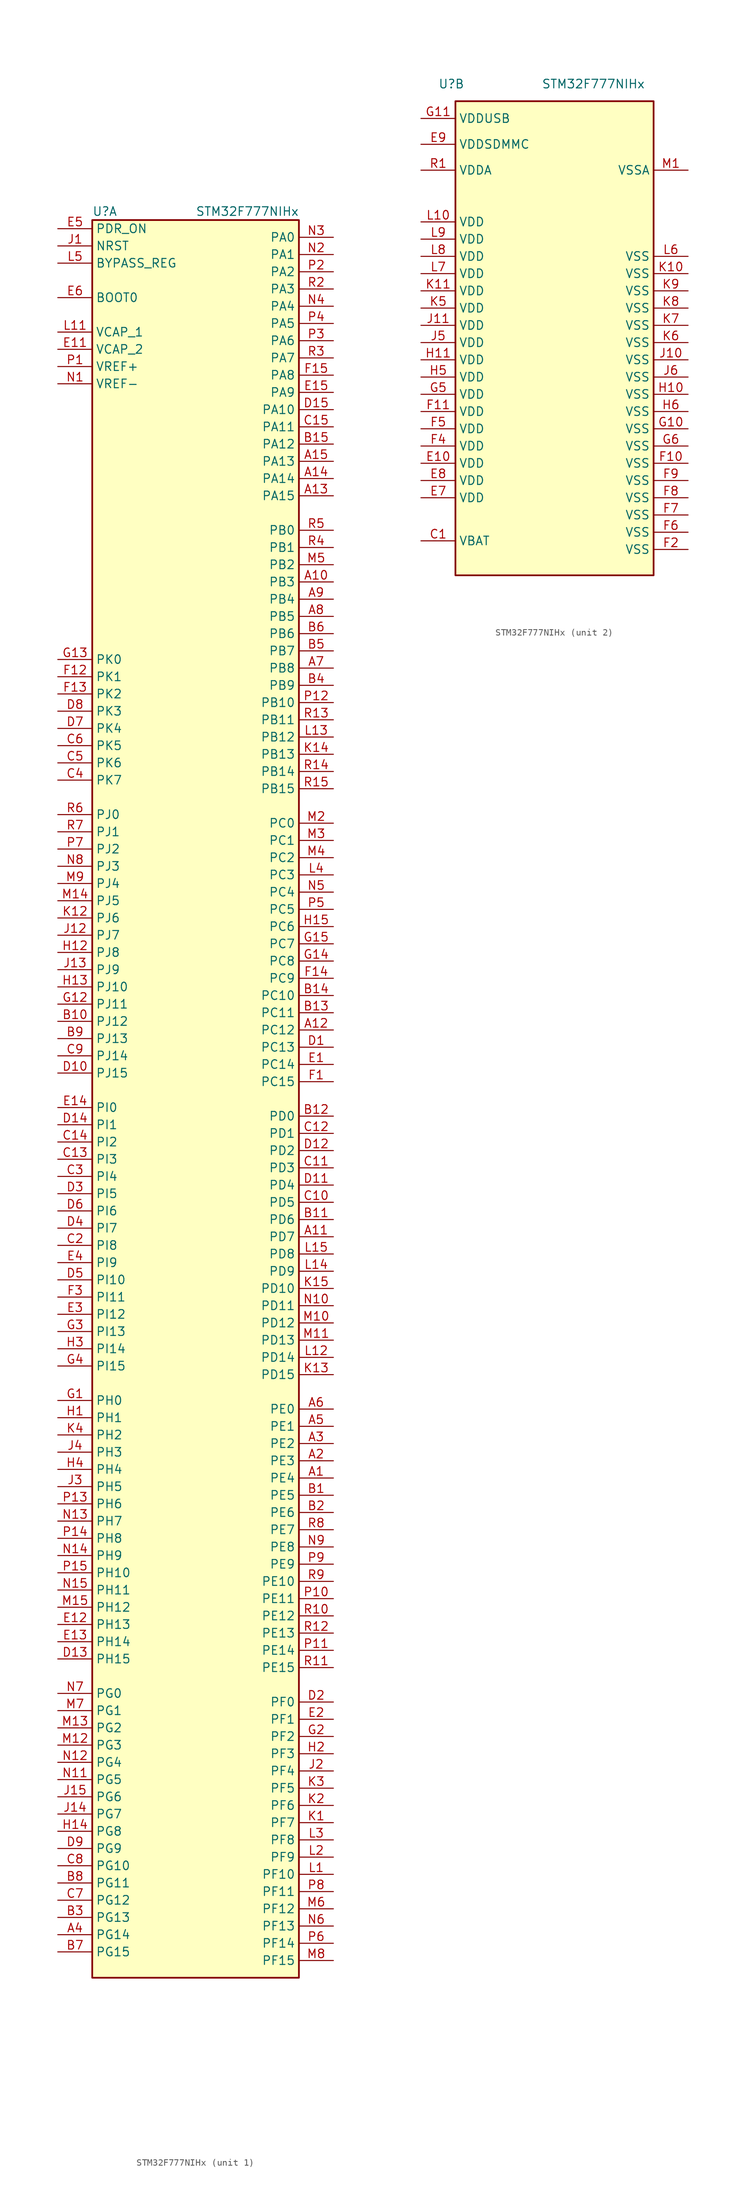
<source format=kicad_sym>
(kicad_symbol_lib
  (version 20211014)
  (generator kicad_symbol_editor)
  (symbol "STM32F777NIHx"
    (property "Reference" "U"
      (at -16.51 130.81 0)
      (effects (font (size 1.27 1.27)) (justify left)))
    (property "Value" "STM32F777NIHx"
      (at -1.27 130.81 0)
      (effects (font (size 1.27 1.27)) (justify left)))
    (property "ki_locked" ""
      (at 0 0 0)
      (effects (font (size 1.27 1.27))))
    (symbol "STM32F777NIHx_1_1"
      (rectangle (start -16.51 -129.54) (end 13.97 129.54) (stroke (width 0.254) (type default) (color 0 0 0 0)) (fill (type background)))
      (pin bidirectional line (at 19.05 -55.88 180) (length 5.08) (name "PE4" (effects (font (size 1.27 1.27)))) (number "A1" (effects (font (size 1.27 1.27)))))
      (pin bidirectional line (at 19.05 76.2 180) (length 5.08) (name "PB3" (effects (font (size 1.27 1.27)))) (number "A10" (effects (font (size 1.27 1.27)))))
      (pin bidirectional line (at 19.05 -20.32 180) (length 5.08) (name "PD7" (effects (font (size 1.27 1.27)))) (number "A11" (effects (font (size 1.27 1.27)))))
      (pin bidirectional line (at 19.05 10.16 180) (length 5.08) (name "PC12" (effects (font (size 1.27 1.27)))) (number "A12" (effects (font (size 1.27 1.27)))))
      (pin bidirectional line (at 19.05 88.9 180) (length 5.08) (name "PA15" (effects (font (size 1.27 1.27)))) (number "A13" (effects (font (size 1.27 1.27)))))
      (pin bidirectional line (at 19.05 91.44 180) (length 5.08) (name "PA14" (effects (font (size 1.27 1.27)))) (number "A14" (effects (font (size 1.27 1.27)))))
      (pin bidirectional line (at 19.05 93.98 180) (length 5.08) (name "PA13" (effects (font (size 1.27 1.27)))) (number "A15" (effects (font (size 1.27 1.27)))))
      (pin bidirectional line (at 19.05 -53.34 180) (length 5.08) (name "PE3" (effects (font (size 1.27 1.27)))) (number "A2" (effects (font (size 1.27 1.27)))))
      (pin bidirectional line (at 19.05 -50.8 180) (length 5.08) (name "PE2" (effects (font (size 1.27 1.27)))) (number "A3" (effects (font (size 1.27 1.27)))))
      (pin bidirectional line (at -21.59 -123.19 0) (length 5.08) (name "PG14" (effects (font (size 1.27 1.27)))) (number "A4" (effects (font (size 1.27 1.27)))))
      (pin bidirectional line (at 19.05 -48.26 180) (length 5.08) (name "PE1" (effects (font (size 1.27 1.27)))) (number "A5" (effects (font (size 1.27 1.27)))))
      (pin bidirectional line (at 19.05 -45.72 180) (length 5.08) (name "PE0" (effects (font (size 1.27 1.27)))) (number "A6" (effects (font (size 1.27 1.27)))))
      (pin bidirectional line (at 19.05 63.5 180) (length 5.08) (name "PB8" (effects (font (size 1.27 1.27)))) (number "A7" (effects (font (size 1.27 1.27)))))
      (pin bidirectional line (at 19.05 71.12 180) (length 5.08) (name "PB5" (effects (font (size 1.27 1.27)))) (number "A8" (effects (font (size 1.27 1.27)))))
      (pin bidirectional line (at 19.05 73.66 180) (length 5.08) (name "PB4" (effects (font (size 1.27 1.27)))) (number "A9" (effects (font (size 1.27 1.27)))))
      (pin bidirectional line (at 19.05 -58.42 180) (length 5.08) (name "PE5" (effects (font (size 1.27 1.27)))) (number "B1" (effects (font (size 1.27 1.27)))))
      (pin bidirectional line (at -21.59 11.43 0) (length 5.08) (name "PJ12" (effects (font (size 1.27 1.27)))) (number "B10" (effects (font (size 1.27 1.27)))))
      (pin bidirectional line (at 19.05 -17.78 180) (length 5.08) (name "PD6" (effects (font (size 1.27 1.27)))) (number "B11" (effects (font (size 1.27 1.27)))))
      (pin bidirectional line (at 19.05 -2.54 180) (length 5.08) (name "PD0" (effects (font (size 1.27 1.27)))) (number "B12" (effects (font (size 1.27 1.27)))))
      (pin bidirectional line (at 19.05 12.7 180) (length 5.08) (name "PC11" (effects (font (size 1.27 1.27)))) (number "B13" (effects (font (size 1.27 1.27)))))
      (pin bidirectional line (at 19.05 15.24 180) (length 5.08) (name "PC10" (effects (font (size 1.27 1.27)))) (number "B14" (effects (font (size 1.27 1.27)))))
      (pin bidirectional line (at 19.05 96.52 180) (length 5.08) (name "PA12" (effects (font (size 1.27 1.27)))) (number "B15" (effects (font (size 1.27 1.27)))))
      (pin bidirectional line (at 19.05 -60.96 180) (length 5.08) (name "PE6" (effects (font (size 1.27 1.27)))) (number "B2" (effects (font (size 1.27 1.27)))))
      (pin bidirectional line (at -21.59 -120.65 0) (length 5.08) (name "PG13" (effects (font (size 1.27 1.27)))) (number "B3" (effects (font (size 1.27 1.27)))))
      (pin bidirectional line (at 19.05 60.96 180) (length 5.08) (name "PB9" (effects (font (size 1.27 1.27)))) (number "B4" (effects (font (size 1.27 1.27)))))
      (pin bidirectional line (at 19.05 66.04 180) (length 5.08) (name "PB7" (effects (font (size 1.27 1.27)))) (number "B5" (effects (font (size 1.27 1.27)))))
      (pin bidirectional line (at 19.05 68.58 180) (length 5.08) (name "PB6" (effects (font (size 1.27 1.27)))) (number "B6" (effects (font (size 1.27 1.27)))))
      (pin bidirectional line (at -21.59 -125.73 0) (length 5.08) (name "PG15" (effects (font (size 1.27 1.27)))) (number "B7" (effects (font (size 1.27 1.27)))))
      (pin bidirectional line (at -21.59 -115.57 0) (length 5.08) (name "PG11" (effects (font (size 1.27 1.27)))) (number "B8" (effects (font (size 1.27 1.27)))))
      (pin bidirectional line (at -21.59 8.89 0) (length 5.08) (name "PJ13" (effects (font (size 1.27 1.27)))) (number "B9" (effects (font (size 1.27 1.27)))))
      (pin bidirectional line (at 19.05 -15.24 180) (length 5.08) (name "PD5" (effects (font (size 1.27 1.27)))) (number "C10" (effects (font (size 1.27 1.27)))))
      (pin bidirectional line (at 19.05 -10.16 180) (length 5.08) (name "PD3" (effects (font (size 1.27 1.27)))) (number "C11" (effects (font (size 1.27 1.27)))))
      (pin bidirectional line (at 19.05 -5.08 180) (length 5.08) (name "PD1" (effects (font (size 1.27 1.27)))) (number "C12" (effects (font (size 1.27 1.27)))))
      (pin bidirectional line (at -21.59 -8.89 0) (length 5.08) (name "PI3" (effects (font (size 1.27 1.27)))) (number "C13" (effects (font (size 1.27 1.27)))))
      (pin bidirectional line (at -21.59 -6.35 0) (length 5.08) (name "PI2" (effects (font (size 1.27 1.27)))) (number "C14" (effects (font (size 1.27 1.27)))))
      (pin bidirectional line (at 19.05 99.06 180) (length 5.08) (name "PA11" (effects (font (size 1.27 1.27)))) (number "C15" (effects (font (size 1.27 1.27)))))
      (pin bidirectional line (at -21.59 -21.59 0) (length 5.08) (name "PI8" (effects (font (size 1.27 1.27)))) (number "C2" (effects (font (size 1.27 1.27)))))
      (pin bidirectional line (at -21.59 -11.43 0) (length 5.08) (name "PI4" (effects (font (size 1.27 1.27)))) (number "C3" (effects (font (size 1.27 1.27)))))
      (pin bidirectional line (at -21.59 46.99 0) (length 5.08) (name "PK7" (effects (font (size 1.27 1.27)))) (number "C4" (effects (font (size 1.27 1.27)))))
      (pin bidirectional line (at -21.59 49.53 0) (length 5.08) (name "PK6" (effects (font (size 1.27 1.27)))) (number "C5" (effects (font (size 1.27 1.27)))))
      (pin bidirectional line (at -21.59 52.07 0) (length 5.08) (name "PK5" (effects (font (size 1.27 1.27)))) (number "C6" (effects (font (size 1.27 1.27)))))
      (pin bidirectional line (at -21.59 -118.11 0) (length 5.08) (name "PG12" (effects (font (size 1.27 1.27)))) (number "C7" (effects (font (size 1.27 1.27)))))
      (pin bidirectional line (at -21.59 -113.03 0) (length 5.08) (name "PG10" (effects (font (size 1.27 1.27)))) (number "C8" (effects (font (size 1.27 1.27)))))
      (pin bidirectional line (at -21.59 6.35 0) (length 5.08) (name "PJ14" (effects (font (size 1.27 1.27)))) (number "C9" (effects (font (size 1.27 1.27)))))
      (pin bidirectional line (at 19.05 7.62 180) (length 5.08) (name "PC13" (effects (font (size 1.27 1.27)))) (number "D1" (effects (font (size 1.27 1.27)))))
      (pin bidirectional line (at -21.59 3.81 0) (length 5.08) (name "PJ15" (effects (font (size 1.27 1.27)))) (number "D10" (effects (font (size 1.27 1.27)))))
      (pin bidirectional line (at 19.05 -12.7 180) (length 5.08) (name "PD4" (effects (font (size 1.27 1.27)))) (number "D11" (effects (font (size 1.27 1.27)))))
      (pin bidirectional line (at 19.05 -7.62 180) (length 5.08) (name "PD2" (effects (font (size 1.27 1.27)))) (number "D12" (effects (font (size 1.27 1.27)))))
      (pin bidirectional line (at -21.59 -82.55 0) (length 5.08) (name "PH15" (effects (font (size 1.27 1.27)))) (number "D13" (effects (font (size 1.27 1.27)))))
      (pin bidirectional line (at -21.59 -3.81 0) (length 5.08) (name "PI1" (effects (font (size 1.27 1.27)))) (number "D14" (effects (font (size 1.27 1.27)))))
      (pin bidirectional line (at 19.05 101.6 180) (length 5.08) (name "PA10" (effects (font (size 1.27 1.27)))) (number "D15" (effects (font (size 1.27 1.27)))))
      (pin bidirectional line (at 19.05 -88.9 180) (length 5.08) (name "PF0" (effects (font (size 1.27 1.27)))) (number "D2" (effects (font (size 1.27 1.27)))))
      (pin bidirectional line (at -21.59 -13.97 0) (length 5.08) (name "PI5" (effects (font (size 1.27 1.27)))) (number "D3" (effects (font (size 1.27 1.27)))))
      (pin bidirectional line (at -21.59 -19.05 0) (length 5.08) (name "PI7" (effects (font (size 1.27 1.27)))) (number "D4" (effects (font (size 1.27 1.27)))))
      (pin bidirectional line (at -21.59 -26.67 0) (length 5.08) (name "PI10" (effects (font (size 1.27 1.27)))) (number "D5" (effects (font (size 1.27 1.27)))))
      (pin bidirectional line (at -21.59 -16.51 0) (length 5.08) (name "PI6" (effects (font (size 1.27 1.27)))) (number "D6" (effects (font (size 1.27 1.27)))))
      (pin bidirectional line (at -21.59 54.61 0) (length 5.08) (name "PK4" (effects (font (size 1.27 1.27)))) (number "D7" (effects (font (size 1.27 1.27)))))
      (pin bidirectional line (at -21.59 57.15 0) (length 5.08) (name "PK3" (effects (font (size 1.27 1.27)))) (number "D8" (effects (font (size 1.27 1.27)))))
      (pin bidirectional line (at -21.59 -110.49 0) (length 5.08) (name "PG9" (effects (font (size 1.27 1.27)))) (number "D9" (effects (font (size 1.27 1.27)))))
      (pin bidirectional line (at 19.05 5.08 180) (length 5.08) (name "PC14" (effects (font (size 1.27 1.27)))) (number "E1" (effects (font (size 1.27 1.27)))))
      (pin power_in line (at -21.59 110.49 0) (length 5.08) (name "VCAP_2" (effects (font (size 1.27 1.27)))) (number "E11" (effects (font (size 1.27 1.27)))))
      (pin bidirectional line (at -21.59 -77.47 0) (length 5.08) (name "PH13" (effects (font (size 1.27 1.27)))) (number "E12" (effects (font (size 1.27 1.27)))))
      (pin bidirectional line (at -21.59 -80.01 0) (length 5.08) (name "PH14" (effects (font (size 1.27 1.27)))) (number "E13" (effects (font (size 1.27 1.27)))))
      (pin bidirectional line (at -21.59 -1.27 0) (length 5.08) (name "PI0" (effects (font (size 1.27 1.27)))) (number "E14" (effects (font (size 1.27 1.27)))))
      (pin bidirectional line (at 19.05 104.14 180) (length 5.08) (name "PA9" (effects (font (size 1.27 1.27)))) (number "E15" (effects (font (size 1.27 1.27)))))
      (pin bidirectional line (at 19.05 -91.44 180) (length 5.08) (name "PF1" (effects (font (size 1.27 1.27)))) (number "E2" (effects (font (size 1.27 1.27)))))
      (pin bidirectional line (at -21.59 -31.75 0) (length 5.08) (name "PI12" (effects (font (size 1.27 1.27)))) (number "E3" (effects (font (size 1.27 1.27)))))
      (pin bidirectional line (at -21.59 -24.13 0) (length 5.08) (name "PI9" (effects (font (size 1.27 1.27)))) (number "E4" (effects (font (size 1.27 1.27)))))
      (pin input line (at -21.59 128.27 0) (length 5.08) (name "PDR_ON" (effects (font (size 1.27 1.27)))) (number "E5" (effects (font (size 1.27 1.27)))))
      (pin input line (at -21.59 118.11 0) (length 5.08) (name "BOOT0" (effects (font (size 1.27 1.27)))) (number "E6" (effects (font (size 1.27 1.27)))))
      (pin bidirectional line (at 19.05 2.54 180) (length 5.08) (name "PC15" (effects (font (size 1.27 1.27)))) (number "F1" (effects (font (size 1.27 1.27)))))
      (pin bidirectional line (at -21.59 62.23 0) (length 5.08) (name "PK1" (effects (font (size 1.27 1.27)))) (number "F12" (effects (font (size 1.27 1.27)))))
      (pin bidirectional line (at -21.59 59.69 0) (length 5.08) (name "PK2" (effects (font (size 1.27 1.27)))) (number "F13" (effects (font (size 1.27 1.27)))))
      (pin bidirectional line (at 19.05 17.78 180) (length 5.08) (name "PC9" (effects (font (size 1.27 1.27)))) (number "F14" (effects (font (size 1.27 1.27)))))
      (pin bidirectional line (at 19.05 106.68 180) (length 5.08) (name "PA8" (effects (font (size 1.27 1.27)))) (number "F15" (effects (font (size 1.27 1.27)))))
      (pin bidirectional line (at -21.59 -29.21 0) (length 5.08) (name "PI11" (effects (font (size 1.27 1.27)))) (number "F3" (effects (font (size 1.27 1.27)))))
      (pin input line (at -21.59 -44.45 0) (length 5.08) (name "PH0" (effects (font (size 1.27 1.27)))) (number "G1" (effects (font (size 1.27 1.27)))))
      (pin bidirectional line (at -21.59 13.97 0) (length 5.08) (name "PJ11" (effects (font (size 1.27 1.27)))) (number "G12" (effects (font (size 1.27 1.27)))))
      (pin bidirectional line (at -21.59 64.77 0) (length 5.08) (name "PK0" (effects (font (size 1.27 1.27)))) (number "G13" (effects (font (size 1.27 1.27)))))
      (pin bidirectional line (at 19.05 20.32 180) (length 5.08) (name "PC8" (effects (font (size 1.27 1.27)))) (number "G14" (effects (font (size 1.27 1.27)))))
      (pin bidirectional line (at 19.05 22.86 180) (length 5.08) (name "PC7" (effects (font (size 1.27 1.27)))) (number "G15" (effects (font (size 1.27 1.27)))))
      (pin bidirectional line (at 19.05 -93.98 180) (length 5.08) (name "PF2" (effects (font (size 1.27 1.27)))) (number "G2" (effects (font (size 1.27 1.27)))))
      (pin bidirectional line (at -21.59 -34.29 0) (length 5.08) (name "PI13" (effects (font (size 1.27 1.27)))) (number "G3" (effects (font (size 1.27 1.27)))))
      (pin bidirectional line (at -21.59 -39.37 0) (length 5.08) (name "PI15" (effects (font (size 1.27 1.27)))) (number "G4" (effects (font (size 1.27 1.27)))))
      (pin input line (at -21.59 -46.99 0) (length 5.08) (name "PH1" (effects (font (size 1.27 1.27)))) (number "H1" (effects (font (size 1.27 1.27)))))
      (pin bidirectional line (at -21.59 21.59 0) (length 5.08) (name "PJ8" (effects (font (size 1.27 1.27)))) (number "H12" (effects (font (size 1.27 1.27)))))
      (pin bidirectional line (at -21.59 16.51 0) (length 5.08) (name "PJ10" (effects (font (size 1.27 1.27)))) (number "H13" (effects (font (size 1.27 1.27)))))
      (pin bidirectional line (at -21.59 -107.95 0) (length 5.08) (name "PG8" (effects (font (size 1.27 1.27)))) (number "H14" (effects (font (size 1.27 1.27)))))
      (pin bidirectional line (at 19.05 25.4 180) (length 5.08) (name "PC6" (effects (font (size 1.27 1.27)))) (number "H15" (effects (font (size 1.27 1.27)))))
      (pin bidirectional line (at 19.05 -96.52 180) (length 5.08) (name "PF3" (effects (font (size 1.27 1.27)))) (number "H2" (effects (font (size 1.27 1.27)))))
      (pin bidirectional line (at -21.59 -36.83 0) (length 5.08) (name "PI14" (effects (font (size 1.27 1.27)))) (number "H3" (effects (font (size 1.27 1.27)))))
      (pin bidirectional line (at -21.59 -54.61 0) (length 5.08) (name "PH4" (effects (font (size 1.27 1.27)))) (number "H4" (effects (font (size 1.27 1.27)))))
      (pin input line (at -21.59 125.73 0) (length 5.08) (name "NRST" (effects (font (size 1.27 1.27)))) (number "J1" (effects (font (size 1.27 1.27)))))
      (pin bidirectional line (at -21.59 24.13 0) (length 5.08) (name "PJ7" (effects (font (size 1.27 1.27)))) (number "J12" (effects (font (size 1.27 1.27)))))
      (pin bidirectional line (at -21.59 19.05 0) (length 5.08) (name "PJ9" (effects (font (size 1.27 1.27)))) (number "J13" (effects (font (size 1.27 1.27)))))
      (pin bidirectional line (at -21.59 -105.41 0) (length 5.08) (name "PG7" (effects (font (size 1.27 1.27)))) (number "J14" (effects (font (size 1.27 1.27)))))
      (pin bidirectional line (at -21.59 -102.87 0) (length 5.08) (name "PG6" (effects (font (size 1.27 1.27)))) (number "J15" (effects (font (size 1.27 1.27)))))
      (pin bidirectional line (at 19.05 -99.06 180) (length 5.08) (name "PF4" (effects (font (size 1.27 1.27)))) (number "J2" (effects (font (size 1.27 1.27)))))
      (pin bidirectional line (at -21.59 -57.15 0) (length 5.08) (name "PH5" (effects (font (size 1.27 1.27)))) (number "J3" (effects (font (size 1.27 1.27)))))
      (pin bidirectional line (at -21.59 -52.07 0) (length 5.08) (name "PH3" (effects (font (size 1.27 1.27)))) (number "J4" (effects (font (size 1.27 1.27)))))
      (pin bidirectional line (at 19.05 -106.68 180) (length 5.08) (name "PF7" (effects (font (size 1.27 1.27)))) (number "K1" (effects (font (size 1.27 1.27)))))
      (pin bidirectional line (at -21.59 26.67 0) (length 5.08) (name "PJ6" (effects (font (size 1.27 1.27)))) (number "K12" (effects (font (size 1.27 1.27)))))
      (pin bidirectional line (at 19.05 -40.64 180) (length 5.08) (name "PD15" (effects (font (size 1.27 1.27)))) (number "K13" (effects (font (size 1.27 1.27)))))
      (pin bidirectional line (at 19.05 50.8 180) (length 5.08) (name "PB13" (effects (font (size 1.27 1.27)))) (number "K14" (effects (font (size 1.27 1.27)))))
      (pin bidirectional line (at 19.05 -27.94 180) (length 5.08) (name "PD10" (effects (font (size 1.27 1.27)))) (number "K15" (effects (font (size 1.27 1.27)))))
      (pin bidirectional line (at 19.05 -104.14 180) (length 5.08) (name "PF6" (effects (font (size 1.27 1.27)))) (number "K2" (effects (font (size 1.27 1.27)))))
      (pin bidirectional line (at 19.05 -101.6 180) (length 5.08) (name "PF5" (effects (font (size 1.27 1.27)))) (number "K3" (effects (font (size 1.27 1.27)))))
      (pin bidirectional line (at -21.59 -49.53 0) (length 5.08) (name "PH2" (effects (font (size 1.27 1.27)))) (number "K4" (effects (font (size 1.27 1.27)))))
      (pin bidirectional line (at 19.05 -114.3 180) (length 5.08) (name "PF10" (effects (font (size 1.27 1.27)))) (number "L1" (effects (font (size 1.27 1.27)))))
      (pin power_in line (at -21.59 113.03 0) (length 5.08) (name "VCAP_1" (effects (font (size 1.27 1.27)))) (number "L11" (effects (font (size 1.27 1.27)))))
      (pin bidirectional line (at 19.05 -38.1 180) (length 5.08) (name "PD14" (effects (font (size 1.27 1.27)))) (number "L12" (effects (font (size 1.27 1.27)))))
      (pin bidirectional line (at 19.05 53.34 180) (length 5.08) (name "PB12" (effects (font (size 1.27 1.27)))) (number "L13" (effects (font (size 1.27 1.27)))))
      (pin bidirectional line (at 19.05 -25.4 180) (length 5.08) (name "PD9" (effects (font (size 1.27 1.27)))) (number "L14" (effects (font (size 1.27 1.27)))))
      (pin bidirectional line (at 19.05 -22.86 180) (length 5.08) (name "PD8" (effects (font (size 1.27 1.27)))) (number "L15" (effects (font (size 1.27 1.27)))))
      (pin bidirectional line (at 19.05 -111.76 180) (length 5.08) (name "PF9" (effects (font (size 1.27 1.27)))) (number "L2" (effects (font (size 1.27 1.27)))))
      (pin bidirectional line (at 19.05 -109.22 180) (length 5.08) (name "PF8" (effects (font (size 1.27 1.27)))) (number "L3" (effects (font (size 1.27 1.27)))))
      (pin bidirectional line (at 19.05 33.02 180) (length 5.08) (name "PC3" (effects (font (size 1.27 1.27)))) (number "L4" (effects (font (size 1.27 1.27)))))
      (pin input line (at -21.59 123.19 0) (length 5.08) (name "BYPASS_REG" (effects (font (size 1.27 1.27)))) (number "L5" (effects (font (size 1.27 1.27)))))
      (pin bidirectional line (at 19.05 -33.02 180) (length 5.08) (name "PD12" (effects (font (size 1.27 1.27)))) (number "M10" (effects (font (size 1.27 1.27)))))
      (pin bidirectional line (at 19.05 -35.56 180) (length 5.08) (name "PD13" (effects (font (size 1.27 1.27)))) (number "M11" (effects (font (size 1.27 1.27)))))
      (pin bidirectional line (at -21.59 -95.25 0) (length 5.08) (name "PG3" (effects (font (size 1.27 1.27)))) (number "M12" (effects (font (size 1.27 1.27)))))
      (pin bidirectional line (at -21.59 -92.71 0) (length 5.08) (name "PG2" (effects (font (size 1.27 1.27)))) (number "M13" (effects (font (size 1.27 1.27)))))
      (pin bidirectional line (at -21.59 29.21 0) (length 5.08) (name "PJ5" (effects (font (size 1.27 1.27)))) (number "M14" (effects (font (size 1.27 1.27)))))
      (pin bidirectional line (at -21.59 -74.93 0) (length 5.08) (name "PH12" (effects (font (size 1.27 1.27)))) (number "M15" (effects (font (size 1.27 1.27)))))
      (pin bidirectional line (at 19.05 40.64 180) (length 5.08) (name "PC0" (effects (font (size 1.27 1.27)))) (number "M2" (effects (font (size 1.27 1.27)))))
      (pin bidirectional line (at 19.05 38.1 180) (length 5.08) (name "PC1" (effects (font (size 1.27 1.27)))) (number "M3" (effects (font (size 1.27 1.27)))))
      (pin bidirectional line (at 19.05 35.56 180) (length 5.08) (name "PC2" (effects (font (size 1.27 1.27)))) (number "M4" (effects (font (size 1.27 1.27)))))
      (pin bidirectional line (at 19.05 78.74 180) (length 5.08) (name "PB2" (effects (font (size 1.27 1.27)))) (number "M5" (effects (font (size 1.27 1.27)))))
      (pin bidirectional line (at 19.05 -119.38 180) (length 5.08) (name "PF12" (effects (font (size 1.27 1.27)))) (number "M6" (effects (font (size 1.27 1.27)))))
      (pin bidirectional line (at -21.59 -90.17 0) (length 5.08) (name "PG1" (effects (font (size 1.27 1.27)))) (number "M7" (effects (font (size 1.27 1.27)))))
      (pin bidirectional line (at 19.05 -127 180) (length 5.08) (name "PF15" (effects (font (size 1.27 1.27)))) (number "M8" (effects (font (size 1.27 1.27)))))
      (pin bidirectional line (at -21.59 31.75 0) (length 5.08) (name "PJ4" (effects (font (size 1.27 1.27)))) (number "M9" (effects (font (size 1.27 1.27)))))
      (pin power_in line (at -21.59 105.41 0) (length 5.08) (name "VREF-" (effects (font (size 1.27 1.27)))) (number "N1" (effects (font (size 1.27 1.27)))))
      (pin bidirectional line (at 19.05 -30.48 180) (length 5.08) (name "PD11" (effects (font (size 1.27 1.27)))) (number "N10" (effects (font (size 1.27 1.27)))))
      (pin bidirectional line (at -21.59 -100.33 0) (length 5.08) (name "PG5" (effects (font (size 1.27 1.27)))) (number "N11" (effects (font (size 1.27 1.27)))))
      (pin bidirectional line (at -21.59 -97.79 0) (length 5.08) (name "PG4" (effects (font (size 1.27 1.27)))) (number "N12" (effects (font (size 1.27 1.27)))))
      (pin bidirectional line (at -21.59 -62.23 0) (length 5.08) (name "PH7" (effects (font (size 1.27 1.27)))) (number "N13" (effects (font (size 1.27 1.27)))))
      (pin bidirectional line (at -21.59 -67.31 0) (length 5.08) (name "PH9" (effects (font (size 1.27 1.27)))) (number "N14" (effects (font (size 1.27 1.27)))))
      (pin bidirectional line (at -21.59 -72.39 0) (length 5.08) (name "PH11" (effects (font (size 1.27 1.27)))) (number "N15" (effects (font (size 1.27 1.27)))))
      (pin bidirectional line (at 19.05 124.46 180) (length 5.08) (name "PA1" (effects (font (size 1.27 1.27)))) (number "N2" (effects (font (size 1.27 1.27)))))
      (pin bidirectional line (at 19.05 127 180) (length 5.08) (name "PA0" (effects (font (size 1.27 1.27)))) (number "N3" (effects (font (size 1.27 1.27)))))
      (pin bidirectional line (at 19.05 116.84 180) (length 5.08) (name "PA4" (effects (font (size 1.27 1.27)))) (number "N4" (effects (font (size 1.27 1.27)))))
      (pin bidirectional line (at 19.05 30.48 180) (length 5.08) (name "PC4" (effects (font (size 1.27 1.27)))) (number "N5" (effects (font (size 1.27 1.27)))))
      (pin bidirectional line (at 19.05 -121.92 180) (length 5.08) (name "PF13" (effects (font (size 1.27 1.27)))) (number "N6" (effects (font (size 1.27 1.27)))))
      (pin bidirectional line (at -21.59 -87.63 0) (length 5.08) (name "PG0" (effects (font (size 1.27 1.27)))) (number "N7" (effects (font (size 1.27 1.27)))))
      (pin bidirectional line (at -21.59 34.29 0) (length 5.08) (name "PJ3" (effects (font (size 1.27 1.27)))) (number "N8" (effects (font (size 1.27 1.27)))))
      (pin bidirectional line (at 19.05 -66.04 180) (length 5.08) (name "PE8" (effects (font (size 1.27 1.27)))) (number "N9" (effects (font (size 1.27 1.27)))))
      (pin power_in line (at -21.59 107.95 0) (length 5.08) (name "VREF+" (effects (font (size 1.27 1.27)))) (number "P1" (effects (font (size 1.27 1.27)))))
      (pin bidirectional line (at 19.05 -73.66 180) (length 5.08) (name "PE11" (effects (font (size 1.27 1.27)))) (number "P10" (effects (font (size 1.27 1.27)))))
      (pin bidirectional line (at 19.05 -81.28 180) (length 5.08) (name "PE14" (effects (font (size 1.27 1.27)))) (number "P11" (effects (font (size 1.27 1.27)))))
      (pin bidirectional line (at 19.05 58.42 180) (length 5.08) (name "PB10" (effects (font (size 1.27 1.27)))) (number "P12" (effects (font (size 1.27 1.27)))))
      (pin bidirectional line (at -21.59 -59.69 0) (length 5.08) (name "PH6" (effects (font (size 1.27 1.27)))) (number "P13" (effects (font (size 1.27 1.27)))))
      (pin bidirectional line (at -21.59 -64.77 0) (length 5.08) (name "PH8" (effects (font (size 1.27 1.27)))) (number "P14" (effects (font (size 1.27 1.27)))))
      (pin bidirectional line (at -21.59 -69.85 0) (length 5.08) (name "PH10" (effects (font (size 1.27 1.27)))) (number "P15" (effects (font (size 1.27 1.27)))))
      (pin bidirectional line (at 19.05 121.92 180) (length 5.08) (name "PA2" (effects (font (size 1.27 1.27)))) (number "P2" (effects (font (size 1.27 1.27)))))
      (pin bidirectional line (at 19.05 111.76 180) (length 5.08) (name "PA6" (effects (font (size 1.27 1.27)))) (number "P3" (effects (font (size 1.27 1.27)))))
      (pin bidirectional line (at 19.05 114.3 180) (length 5.08) (name "PA5" (effects (font (size 1.27 1.27)))) (number "P4" (effects (font (size 1.27 1.27)))))
      (pin bidirectional line (at 19.05 27.94 180) (length 5.08) (name "PC5" (effects (font (size 1.27 1.27)))) (number "P5" (effects (font (size 1.27 1.27)))))
      (pin bidirectional line (at 19.05 -124.46 180) (length 5.08) (name "PF14" (effects (font (size 1.27 1.27)))) (number "P6" (effects (font (size 1.27 1.27)))))
      (pin bidirectional line (at -21.59 36.83 0) (length 5.08) (name "PJ2" (effects (font (size 1.27 1.27)))) (number "P7" (effects (font (size 1.27 1.27)))))
      (pin bidirectional line (at 19.05 -116.84 180) (length 5.08) (name "PF11" (effects (font (size 1.27 1.27)))) (number "P8" (effects (font (size 1.27 1.27)))))
      (pin bidirectional line (at 19.05 -68.58 180) (length 5.08) (name "PE9" (effects (font (size 1.27 1.27)))) (number "P9" (effects (font (size 1.27 1.27)))))
      (pin bidirectional line (at 19.05 -76.2 180) (length 5.08) (name "PE12" (effects (font (size 1.27 1.27)))) (number "R10" (effects (font (size 1.27 1.27)))))
      (pin bidirectional line (at 19.05 -83.82 180) (length 5.08) (name "PE15" (effects (font (size 1.27 1.27)))) (number "R11" (effects (font (size 1.27 1.27)))))
      (pin bidirectional line (at 19.05 -78.74 180) (length 5.08) (name "PE13" (effects (font (size 1.27 1.27)))) (number "R12" (effects (font (size 1.27 1.27)))))
      (pin bidirectional line (at 19.05 55.88 180) (length 5.08) (name "PB11" (effects (font (size 1.27 1.27)))) (number "R13" (effects (font (size 1.27 1.27)))))
      (pin bidirectional line (at 19.05 48.26 180) (length 5.08) (name "PB14" (effects (font (size 1.27 1.27)))) (number "R14" (effects (font (size 1.27 1.27)))))
      (pin bidirectional line (at 19.05 45.72 180) (length 5.08) (name "PB15" (effects (font (size 1.27 1.27)))) (number "R15" (effects (font (size 1.27 1.27)))))
      (pin bidirectional line (at 19.05 119.38 180) (length 5.08) (name "PA3" (effects (font (size 1.27 1.27)))) (number "R2" (effects (font (size 1.27 1.27)))))
      (pin bidirectional line (at 19.05 109.22 180) (length 5.08) (name "PA7" (effects (font (size 1.27 1.27)))) (number "R3" (effects (font (size 1.27 1.27)))))
      (pin bidirectional line (at 19.05 81.28 180) (length 5.08) (name "PB1" (effects (font (size 1.27 1.27)))) (number "R4" (effects (font (size 1.27 1.27)))))
      (pin bidirectional line (at 19.05 83.82 180) (length 5.08) (name "PB0" (effects (font (size 1.27 1.27)))) (number "R5" (effects (font (size 1.27 1.27)))))
      (pin bidirectional line (at -21.59 41.91 0) (length 5.08) (name "PJ0" (effects (font (size 1.27 1.27)))) (number "R6" (effects (font (size 1.27 1.27)))))
      (pin bidirectional line (at -21.59 39.37 0) (length 5.08) (name "PJ1" (effects (font (size 1.27 1.27)))) (number "R7" (effects (font (size 1.27 1.27)))))
      (pin bidirectional line (at 19.05 -63.5 180) (length 5.08) (name "PE7" (effects (font (size 1.27 1.27)))) (number "R8" (effects (font (size 1.27 1.27)))))
      (pin bidirectional line (at 19.05 -71.12 180) (length 5.08) (name "PE10" (effects (font (size 1.27 1.27)))) (number "R9" (effects (font (size 1.27 1.27))))))
    (symbol "STM32F777NIHx_2_1"
      (rectangle (start -13.97 128.27) (end 15.24 58.42) (stroke (width 0.254) (type default) (color 0 0 0 0)) (fill (type background)))
      (pin power_in line (at -19.05 63.5 0) (length 5.08) (name "VBAT" (effects (font (size 1.27 1.27)))) (number "C1" (effects (font (size 1.27 1.27)))))
      (pin power_in line (at -19.05 74.93 0) (length 5.08) (name "VDD" (effects (font (size 1.27 1.27)))) (number "E10" (effects (font (size 1.27 1.27)))))
      (pin power_in line (at -19.05 69.85 0) (length 5.08) (name "VDD" (effects (font (size 1.27 1.27)))) (number "E7" (effects (font (size 1.27 1.27)))))
      (pin power_in line (at -19.05 72.39 0) (length 5.08) (name "VDD" (effects (font (size 1.27 1.27)))) (number "E8" (effects (font (size 1.27 1.27)))))
      (pin power_in line (at -19.05 121.92 0) (length 5.08) (name "VDDSDMMC" (effects (font (size 1.27 1.27)))) (number "E9" (effects (font (size 1.27 1.27)))))
      (pin power_in line (at 20.32 74.93 180) (length 5.08) (name "VSS" (effects (font (size 1.27 1.27)))) (number "F10" (effects (font (size 1.27 1.27)))))
      (pin power_in line (at -19.05 82.55 0) (length 5.08) (name "VDD" (effects (font (size 1.27 1.27)))) (number "F11" (effects (font (size 1.27 1.27)))))
      (pin power_in line (at 20.32 62.23 180) (length 5.08) (name "VSS" (effects (font (size 1.27 1.27)))) (number "F2" (effects (font (size 1.27 1.27)))))
      (pin power_in line (at -19.05 77.47 0) (length 5.08) (name "VDD" (effects (font (size 1.27 1.27)))) (number "F4" (effects (font (size 1.27 1.27)))))
      (pin power_in line (at -19.05 80.01 0) (length 5.08) (name "VDD" (effects (font (size 1.27 1.27)))) (number "F5" (effects (font (size 1.27 1.27)))))
      (pin power_in line (at 20.32 64.77 180) (length 5.08) (name "VSS" (effects (font (size 1.27 1.27)))) (number "F6" (effects (font (size 1.27 1.27)))))
      (pin power_in line (at 20.32 67.31 180) (length 5.08) (name "VSS" (effects (font (size 1.27 1.27)))) (number "F7" (effects (font (size 1.27 1.27)))))
      (pin power_in line (at 20.32 69.85 180) (length 5.08) (name "VSS" (effects (font (size 1.27 1.27)))) (number "F8" (effects (font (size 1.27 1.27)))))
      (pin power_in line (at 20.32 72.39 180) (length 5.08) (name "VSS" (effects (font (size 1.27 1.27)))) (number "F9" (effects (font (size 1.27 1.27)))))
      (pin power_in line (at 20.32 80.01 180) (length 5.08) (name "VSS" (effects (font (size 1.27 1.27)))) (number "G10" (effects (font (size 1.27 1.27)))))
      (pin power_in line (at -19.05 125.73 0) (length 5.08) (name "VDDUSB" (effects (font (size 1.27 1.27)))) (number "G11" (effects (font (size 1.27 1.27)))))
      (pin power_in line (at -19.05 85.09 0) (length 5.08) (name "VDD" (effects (font (size 1.27 1.27)))) (number "G5" (effects (font (size 1.27 1.27)))))
      (pin power_in line (at 20.32 77.47 180) (length 5.08) (name "VSS" (effects (font (size 1.27 1.27)))) (number "G6" (effects (font (size 1.27 1.27)))))
      (pin power_in line (at 20.32 85.09 180) (length 5.08) (name "VSS" (effects (font (size 1.27 1.27)))) (number "H10" (effects (font (size 1.27 1.27)))))
      (pin power_in line (at -19.05 90.17 0) (length 5.08) (name "VDD" (effects (font (size 1.27 1.27)))) (number "H11" (effects (font (size 1.27 1.27)))))
      (pin power_in line (at -19.05 87.63 0) (length 5.08) (name "VDD" (effects (font (size 1.27 1.27)))) (number "H5" (effects (font (size 1.27 1.27)))))
      (pin power_in line (at 20.32 82.55 180) (length 5.08) (name "VSS" (effects (font (size 1.27 1.27)))) (number "H6" (effects (font (size 1.27 1.27)))))
      (pin power_in line (at 20.32 90.17 180) (length 5.08) (name "VSS" (effects (font (size 1.27 1.27)))) (number "J10" (effects (font (size 1.27 1.27)))))
      (pin power_in line (at -19.05 95.25 0) (length 5.08) (name "VDD" (effects (font (size 1.27 1.27)))) (number "J11" (effects (font (size 1.27 1.27)))))
      (pin power_in line (at -19.05 92.71 0) (length 5.08) (name "VDD" (effects (font (size 1.27 1.27)))) (number "J5" (effects (font (size 1.27 1.27)))))
      (pin power_in line (at 20.32 87.63 180) (length 5.08) (name "VSS" (effects (font (size 1.27 1.27)))) (number "J6" (effects (font (size 1.27 1.27)))))
      (pin power_in line (at 20.32 102.87 180) (length 5.08) (name "VSS" (effects (font (size 1.27 1.27)))) (number "K10" (effects (font (size 1.27 1.27)))))
      (pin power_in line (at -19.05 100.33 0) (length 5.08) (name "VDD" (effects (font (size 1.27 1.27)))) (number "K11" (effects (font (size 1.27 1.27)))))
      (pin power_in line (at -19.05 97.79 0) (length 5.08) (name "VDD" (effects (font (size 1.27 1.27)))) (number "K5" (effects (font (size 1.27 1.27)))))
      (pin power_in line (at 20.32 92.71 180) (length 5.08) (name "VSS" (effects (font (size 1.27 1.27)))) (number "K6" (effects (font (size 1.27 1.27)))))
      (pin power_in line (at 20.32 95.25 180) (length 5.08) (name "VSS" (effects (font (size 1.27 1.27)))) (number "K7" (effects (font (size 1.27 1.27)))))
      (pin power_in line (at 20.32 97.79 180) (length 5.08) (name "VSS" (effects (font (size 1.27 1.27)))) (number "K8" (effects (font (size 1.27 1.27)))))
      (pin power_in line (at 20.32 100.33 180) (length 5.08) (name "VSS" (effects (font (size 1.27 1.27)))) (number "K9" (effects (font (size 1.27 1.27)))))
      (pin power_in line (at -19.05 110.49 0) (length 5.08) (name "VDD" (effects (font (size 1.27 1.27)))) (number "L10" (effects (font (size 1.27 1.27)))))
      (pin power_in line (at 20.32 105.41 180) (length 5.08) (name "VSS" (effects (font (size 1.27 1.27)))) (number "L6" (effects (font (size 1.27 1.27)))))
      (pin power_in line (at -19.05 102.87 0) (length 5.08) (name "VDD" (effects (font (size 1.27 1.27)))) (number "L7" (effects (font (size 1.27 1.27)))))
      (pin power_in line (at -19.05 105.41 0) (length 5.08) (name "VDD" (effects (font (size 1.27 1.27)))) (number "L8" (effects (font (size 1.27 1.27)))))
      (pin power_in line (at -19.05 107.95 0) (length 5.08) (name "VDD" (effects (font (size 1.27 1.27)))) (number "L9" (effects (font (size 1.27 1.27)))))
      (pin power_in line (at 20.32 118.11 180) (length 5.08) (name "VSSA" (effects (font (size 1.27 1.27)))) (number "M1" (effects (font (size 1.27 1.27)))))
      (pin power_in line (at -19.05 118.11 0) (length 5.08) (name "VDDA" (effects (font (size 1.27 1.27)))) (number "R1" (effects (font (size 1.27 1.27))))))))
</source>
